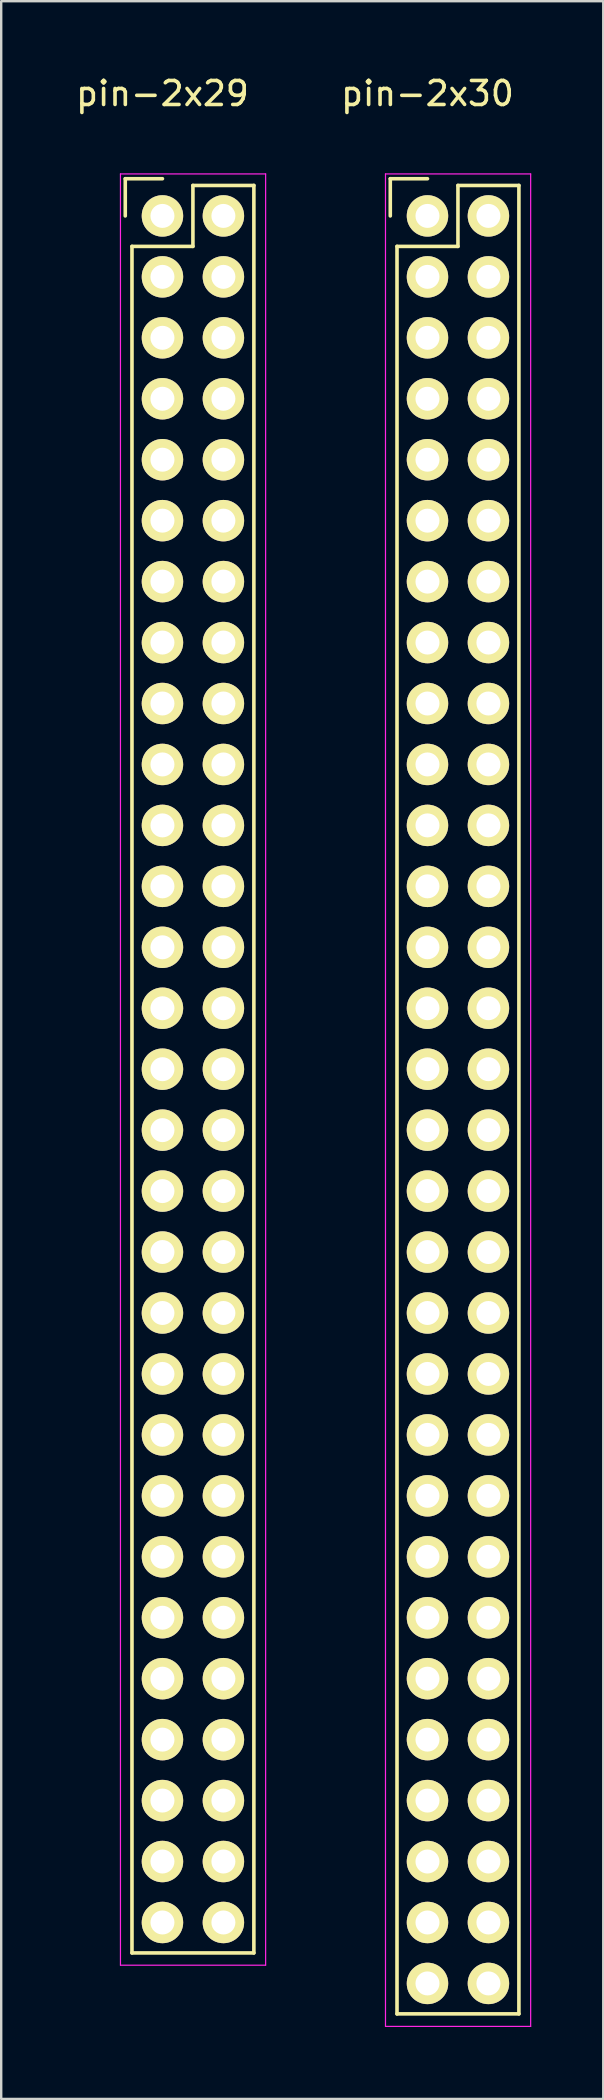
<source format=kicad_pcb>
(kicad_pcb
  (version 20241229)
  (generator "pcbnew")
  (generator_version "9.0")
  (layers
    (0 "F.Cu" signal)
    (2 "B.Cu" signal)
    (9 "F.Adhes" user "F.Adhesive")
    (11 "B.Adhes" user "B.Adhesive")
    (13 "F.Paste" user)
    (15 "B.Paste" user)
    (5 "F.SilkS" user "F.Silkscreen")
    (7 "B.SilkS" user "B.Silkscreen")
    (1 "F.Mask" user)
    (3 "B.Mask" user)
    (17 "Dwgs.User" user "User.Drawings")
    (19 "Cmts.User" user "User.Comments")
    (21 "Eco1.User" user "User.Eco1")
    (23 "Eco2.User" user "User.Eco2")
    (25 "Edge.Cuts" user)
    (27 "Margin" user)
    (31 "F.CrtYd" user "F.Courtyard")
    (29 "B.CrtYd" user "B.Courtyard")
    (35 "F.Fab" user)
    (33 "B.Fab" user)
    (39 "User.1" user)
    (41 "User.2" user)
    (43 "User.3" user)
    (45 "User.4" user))
  (footprint "pin-2x30"
    (layer "F.Cu")
    (at 14.765 5.948)
    (property "Reference" "pin-2x30" (at 0 -5.1 0) (layer "F.SilkS") (effects (font (size 1 1) (thickness 0.15))))
    (attr through_hole)
    (fp_line (start -1.55 -1.55) (end -1.55 0) (stroke (width 0.15) (type solid)) (layer "F.SilkS"))
    (fp_line (start -1.27 74.93) (end -1.27 1.27) (stroke (width 0.15) (type solid)) (layer "F.SilkS"))
    (fp_line (start 0 -1.55) (end -1.55 -1.55) (stroke (width 0.15) (type solid)) (layer "F.SilkS"))
    (fp_line (start 1.27 -1.27) (end 1.27 1.27) (stroke (width 0.15) (type solid)) (layer "F.SilkS"))
    (fp_line (start 1.27 1.27) (end -1.27 1.27) (stroke (width 0.15) (type solid)) (layer "F.SilkS"))
    (fp_line (start 3.81 -1.27) (end 1.27 -1.27) (stroke (width 0.15) (type solid)) (layer "F.SilkS"))
    (fp_line (start 3.81 -1.27) (end 3.81 74.93) (stroke (width 0.15) (type solid)) (layer "F.SilkS"))
    (fp_line (start 3.81 74.93) (end -1.27 74.93) (stroke (width 0.15) (type solid)) (layer "F.SilkS"))
    (fp_line (start -1.75 -1.75) (end -1.75 75.45) (stroke (width 0.05) (type solid)) (layer "F.CrtYd"))
    (fp_line (start -1.75 -1.75) (end 4.3 -1.75) (stroke (width 0.05) (type solid)) (layer "F.CrtYd"))
    (fp_line (start -1.75 75.45) (end 4.3 75.45) (stroke (width 0.05) (type solid)) (layer "F.CrtYd"))
    (fp_line (start 4.3 -1.75) (end 4.3 75.45) (stroke (width 0.05) (type solid)) (layer "F.CrtYd"))
    (pad "1" thru_hole oval (at 0 0) (size 1.727 1.727) (drill 1) (layers "*.Cu" "*.Mask" "F.SilkS"))
    (pad "2" thru_hole oval (at 2.54 0) (size 1.727 1.727) (drill 1) (layers "*.Cu" "*.Mask" "F.SilkS"))
    (pad "3" thru_hole oval (at 0 2.54) (size 1.727 1.727) (drill 1) (layers "*.Cu" "*.Mask" "F.SilkS"))
    (pad "4" thru_hole oval (at 2.54 2.54) (size 1.727 1.727) (drill 1) (layers "*.Cu" "*.Mask" "F.SilkS"))
    (pad "5" thru_hole oval (at 0 5.08) (size 1.727 1.727) (drill 1) (layers "*.Cu" "*.Mask" "F.SilkS"))
    (pad "6" thru_hole oval (at 2.54 5.08) (size 1.727 1.727) (drill 1) (layers "*.Cu" "*.Mask" "F.SilkS"))
    (pad "7" thru_hole oval (at 0 7.62) (size 1.727 1.727) (drill 1) (layers "*.Cu" "*.Mask" "F.SilkS"))
    (pad "8" thru_hole oval (at 2.54 7.62) (size 1.727 1.727) (drill 1) (layers "*.Cu" "*.Mask" "F.SilkS"))
    (pad "9" thru_hole oval (at 0 10.16) (size 1.727 1.727) (drill 1) (layers "*.Cu" "*.Mask" "F.SilkS"))
    (pad "10" thru_hole oval (at 2.54 10.16) (size 1.727 1.727) (drill 1) (layers "*.Cu" "*.Mask" "F.SilkS"))
    (pad "11" thru_hole oval (at 0 12.7) (size 1.727 1.727) (drill 1) (layers "*.Cu" "*.Mask" "F.SilkS"))
    (pad "12" thru_hole oval (at 2.54 12.7) (size 1.727 1.727) (drill 1) (layers "*.Cu" "*.Mask" "F.SilkS"))
    (pad "13" thru_hole oval (at 0 15.24) (size 1.727 1.727) (drill 1) (layers "*.Cu" "*.Mask" "F.SilkS"))
    (pad "14" thru_hole oval (at 2.54 15.24) (size 1.727 1.727) (drill 1) (layers "*.Cu" "*.Mask" "F.SilkS"))
    (pad "15" thru_hole oval (at 0 17.78) (size 1.727 1.727) (drill 1) (layers "*.Cu" "*.Mask" "F.SilkS"))
    (pad "16" thru_hole oval (at 2.54 17.78) (size 1.727 1.727) (drill 1) (layers "*.Cu" "*.Mask" "F.SilkS"))
    (pad "17" thru_hole oval (at 0 20.32) (size 1.727 1.727) (drill 1) (layers "*.Cu" "*.Mask" "F.SilkS"))
    (pad "18" thru_hole oval (at 2.54 20.32) (size 1.727 1.727) (drill 1) (layers "*.Cu" "*.Mask" "F.SilkS"))
    (pad "19" thru_hole oval (at 0 22.86) (size 1.727 1.727) (drill 1) (layers "*.Cu" "*.Mask" "F.SilkS"))
    (pad "20" thru_hole oval (at 2.54 22.86) (size 1.727 1.727) (drill 1) (layers "*.Cu" "*.Mask" "F.SilkS"))
    (pad "21" thru_hole oval (at 0 25.4) (size 1.727 1.727) (drill 1) (layers "*.Cu" "*.Mask" "F.SilkS"))
    (pad "22" thru_hole oval (at 2.54 25.4) (size 1.727 1.727) (drill 1) (layers "*.Cu" "*.Mask" "F.SilkS"))
    (pad "23" thru_hole oval (at 0 27.94) (size 1.727 1.727) (drill 1) (layers "*.Cu" "*.Mask" "F.SilkS"))
    (pad "24" thru_hole oval (at 2.54 27.94) (size 1.727 1.727) (drill 1) (layers "*.Cu" "*.Mask" "F.SilkS"))
    (pad "25" thru_hole oval (at 0 30.48) (size 1.727 1.727) (drill 1) (layers "*.Cu" "*.Mask" "F.SilkS"))
    (pad "26" thru_hole oval (at 2.54 30.48) (size 1.727 1.727) (drill 1) (layers "*.Cu" "*.Mask" "F.SilkS"))
    (pad "27" thru_hole oval (at 0 33.02) (size 1.727 1.727) (drill 1) (layers "*.Cu" "*.Mask" "F.SilkS"))
    (pad "28" thru_hole oval (at 2.54 33.02) (size 1.727 1.727) (drill 1) (layers "*.Cu" "*.Mask" "F.SilkS"))
    (pad "29" thru_hole oval (at 0 35.56) (size 1.727 1.727) (drill 1) (layers "*.Cu" "*.Mask" "F.SilkS"))
    (pad "30" thru_hole oval (at 2.54 35.56) (size 1.727 1.727) (drill 1) (layers "*.Cu" "*.Mask" "F.SilkS"))
    (pad "31" thru_hole oval (at 0 38.1) (size 1.727 1.727) (drill 1) (layers "*.Cu" "*.Mask" "F.SilkS"))
    (pad "32" thru_hole oval (at 2.54 38.1) (size 1.727 1.727) (drill 1) (layers "*.Cu" "*.Mask" "F.SilkS"))
    (pad "33" thru_hole oval (at 0 40.64) (size 1.727 1.727) (drill 1) (layers "*.Cu" "*.Mask" "F.SilkS"))
    (pad "34" thru_hole oval (at 2.54 40.64) (size 1.727 1.727) (drill 1) (layers "*.Cu" "*.Mask" "F.SilkS"))
    (pad "35" thru_hole oval (at 0 43.18) (size 1.727 1.727) (drill 1) (layers "*.Cu" "*.Mask" "F.SilkS"))
    (pad "36" thru_hole oval (at 2.54 43.18) (size 1.727 1.727) (drill 1) (layers "*.Cu" "*.Mask" "F.SilkS"))
    (pad "37" thru_hole oval (at 0 45.72) (size 1.727 1.727) (drill 1) (layers "*.Cu" "*.Mask" "F.SilkS"))
    (pad "38" thru_hole oval (at 2.54 45.72) (size 1.727 1.727) (drill 1) (layers "*.Cu" "*.Mask" "F.SilkS"))
    (pad "39" thru_hole oval (at 0 48.26) (size 1.727 1.727) (drill 1) (layers "*.Cu" "*.Mask" "F.SilkS"))
    (pad "40" thru_hole oval (at 2.54 48.26) (size 1.727 1.727) (drill 1) (layers "*.Cu" "*.Mask" "F.SilkS"))
    (pad "41" thru_hole oval (at 0 50.8) (size 1.727 1.727) (drill 1) (layers "*.Cu" "*.Mask" "F.SilkS"))
    (pad "42" thru_hole oval (at 2.54 50.8) (size 1.727 1.727) (drill 1) (layers "*.Cu" "*.Mask" "F.SilkS"))
    (pad "43" thru_hole oval (at 0 53.34) (size 1.727 1.727) (drill 1) (layers "*.Cu" "*.Mask" "F.SilkS"))
    (pad "44" thru_hole oval (at 2.54 53.34) (size 1.727 1.727) (drill 1) (layers "*.Cu" "*.Mask" "F.SilkS"))
    (pad "45" thru_hole oval (at 0 55.88) (size 1.727 1.727) (drill 1) (layers "*.Cu" "*.Mask" "F.SilkS"))
    (pad "46" thru_hole oval (at 2.54 55.88) (size 1.727 1.727) (drill 1) (layers "*.Cu" "*.Mask" "F.SilkS"))
    (pad "47" thru_hole oval (at 0 58.42) (size 1.727 1.727) (drill 1) (layers "*.Cu" "*.Mask" "F.SilkS"))
    (pad "48" thru_hole oval (at 2.54 58.42) (size 1.727 1.727) (drill 1) (layers "*.Cu" "*.Mask" "F.SilkS"))
    (pad "49" thru_hole oval (at 0 60.96) (size 1.727 1.727) (drill 1) (layers "*.Cu" "*.Mask" "F.SilkS"))
    (pad "50" thru_hole oval (at 2.54 60.96) (size 1.727 1.727) (drill 1) (layers "*.Cu" "*.Mask" "F.SilkS"))
    (pad "51" thru_hole oval (at 0 63.5) (size 1.727 1.727) (drill 1) (layers "*.Cu" "*.Mask" "F.SilkS"))
    (pad "52" thru_hole oval (at 2.54 63.5) (size 1.727 1.727) (drill 1) (layers "*.Cu" "*.Mask" "F.SilkS"))
    (pad "53" thru_hole oval (at 0 66.04) (size 1.727 1.727) (drill 1) (layers "*.Cu" "*.Mask" "F.SilkS"))
    (pad "54" thru_hole oval (at 2.54 66.04) (size 1.727 1.727) (drill 1) (layers "*.Cu" "*.Mask" "F.SilkS"))
    (pad "55" thru_hole oval (at 0 68.58) (size 1.727 1.727) (drill 1) (layers "*.Cu" "*.Mask" "F.SilkS"))
    (pad "56" thru_hole oval (at 2.54 68.58) (size 1.727 1.727) (drill 1) (layers "*.Cu" "*.Mask" "F.SilkS"))
    (pad "57" thru_hole oval (at 0 71.12) (size 1.727 1.727) (drill 1) (layers "*.Cu" "*.Mask" "F.SilkS"))
    (pad "58" thru_hole oval (at 2.54 71.12) (size 1.727 1.727) (drill 1) (layers "*.Cu" "*.Mask" "F.SilkS"))
    (pad "59" thru_hole oval (at 0 73.66) (size 1.727 1.727) (drill 1) (layers "*.Cu" "*.Mask" "F.SilkS"))
    (pad "60" thru_hole oval (at 2.54 73.66) (size 1.727 1.727) (drill 1) (layers "*.Cu" "*.Mask" "F.SilkS")))
  (footprint "pin-2x29"
    (layer "F.Cu")
    (at 3.72 5.948)
    (property "Reference" "pin-2x29" (at 0 -5.1 0) (layer "F.SilkS") (effects (font (size 1 1) (thickness 0.15))))
    (attr through_hole)
    (fp_line (start -1.55 -1.55) (end -1.55 0) (stroke (width 0.15) (type solid)) (layer "F.SilkS"))
    (fp_line (start -1.27 1.27) (end -1.27 72.39) (stroke (width 0.15) (type solid)) (layer "F.SilkS"))
    (fp_line (start 0 -1.55) (end -1.55 -1.55) (stroke (width 0.15) (type solid)) (layer "F.SilkS"))
    (fp_line (start 1.27 -1.27) (end 1.27 1.27) (stroke (width 0.15) (type solid)) (layer "F.SilkS"))
    (fp_line (start 1.27 1.27) (end -1.27 1.27) (stroke (width 0.15) (type solid)) (layer "F.SilkS"))
    (fp_line (start 3.81 -1.27) (end 1.27 -1.27) (stroke (width 0.15) (type solid)) (layer "F.SilkS"))
    (fp_line (start 3.81 72.39) (end -1.27 72.39) (stroke (width 0.15) (type solid)) (layer "F.SilkS"))
    (fp_line (start 3.81 72.39) (end 3.81 -1.27) (stroke (width 0.15) (type solid)) (layer "F.SilkS"))
    (fp_line (start -1.75 -1.75) (end -1.75 72.9) (stroke (width 0.05) (type solid)) (layer "F.CrtYd"))
    (fp_line (start -1.75 -1.75) (end 4.3 -1.75) (stroke (width 0.05) (type solid)) (layer "F.CrtYd"))
    (fp_line (start -1.75 72.9) (end 4.3 72.9) (stroke (width 0.05) (type solid)) (layer "F.CrtYd"))
    (fp_line (start 4.3 -1.75) (end 4.3 72.9) (stroke (width 0.05) (type solid)) (layer "F.CrtYd"))
    (pad "1" thru_hole oval (at 0 0) (size 1.727 1.727) (drill 1) (layers "*.Cu" "*.Mask" "F.SilkS"))
    (pad "2" thru_hole oval (at 2.54 0) (size 1.727 1.727) (drill 1) (layers "*.Cu" "*.Mask" "F.SilkS"))
    (pad "3" thru_hole oval (at 0 2.54) (size 1.727 1.727) (drill 1) (layers "*.Cu" "*.Mask" "F.SilkS"))
    (pad "4" thru_hole oval (at 2.54 2.54) (size 1.727 1.727) (drill 1) (layers "*.Cu" "*.Mask" "F.SilkS"))
    (pad "5" thru_hole oval (at 0 5.08) (size 1.727 1.727) (drill 1) (layers "*.Cu" "*.Mask" "F.SilkS"))
    (pad "6" thru_hole oval (at 2.54 5.08) (size 1.727 1.727) (drill 1) (layers "*.Cu" "*.Mask" "F.SilkS"))
    (pad "7" thru_hole oval (at 0 7.62) (size 1.727 1.727) (drill 1) (layers "*.Cu" "*.Mask" "F.SilkS"))
    (pad "8" thru_hole oval (at 2.54 7.62) (size 1.727 1.727) (drill 1) (layers "*.Cu" "*.Mask" "F.SilkS"))
    (pad "9" thru_hole oval (at 0 10.16) (size 1.727 1.727) (drill 1) (layers "*.Cu" "*.Mask" "F.SilkS"))
    (pad "10" thru_hole oval (at 2.54 10.16) (size 1.727 1.727) (drill 1) (layers "*.Cu" "*.Mask" "F.SilkS"))
    (pad "11" thru_hole oval (at 0 12.7) (size 1.727 1.727) (drill 1) (layers "*.Cu" "*.Mask" "F.SilkS"))
    (pad "12" thru_hole oval (at 2.54 12.7) (size 1.727 1.727) (drill 1) (layers "*.Cu" "*.Mask" "F.SilkS"))
    (pad "13" thru_hole oval (at 0 15.24) (size 1.727 1.727) (drill 1) (layers "*.Cu" "*.Mask" "F.SilkS"))
    (pad "14" thru_hole oval (at 2.54 15.24) (size 1.727 1.727) (drill 1) (layers "*.Cu" "*.Mask" "F.SilkS"))
    (pad "15" thru_hole oval (at 0 17.78) (size 1.727 1.727) (drill 1) (layers "*.Cu" "*.Mask" "F.SilkS"))
    (pad "16" thru_hole oval (at 2.54 17.78) (size 1.727 1.727) (drill 1) (layers "*.Cu" "*.Mask" "F.SilkS"))
    (pad "17" thru_hole oval (at 0 20.32) (size 1.727 1.727) (drill 1) (layers "*.Cu" "*.Mask" "F.SilkS"))
    (pad "18" thru_hole oval (at 2.54 20.32) (size 1.727 1.727) (drill 1) (layers "*.Cu" "*.Mask" "F.SilkS"))
    (pad "19" thru_hole oval (at 0 22.86) (size 1.727 1.727) (drill 1) (layers "*.Cu" "*.Mask" "F.SilkS"))
    (pad "20" thru_hole oval (at 2.54 22.86) (size 1.727 1.727) (drill 1) (layers "*.Cu" "*.Mask" "F.SilkS"))
    (pad "21" thru_hole oval (at 0 25.4) (size 1.727 1.727) (drill 1) (layers "*.Cu" "*.Mask" "F.SilkS"))
    (pad "22" thru_hole oval (at 2.54 25.4) (size 1.727 1.727) (drill 1) (layers "*.Cu" "*.Mask" "F.SilkS"))
    (pad "23" thru_hole oval (at 0 27.94) (size 1.727 1.727) (drill 1) (layers "*.Cu" "*.Mask" "F.SilkS"))
    (pad "24" thru_hole oval (at 2.54 27.94) (size 1.727 1.727) (drill 1) (layers "*.Cu" "*.Mask" "F.SilkS"))
    (pad "25" thru_hole oval (at 0 30.48) (size 1.727 1.727) (drill 1) (layers "*.Cu" "*.Mask" "F.SilkS"))
    (pad "26" thru_hole oval (at 2.54 30.48) (size 1.727 1.727) (drill 1) (layers "*.Cu" "*.Mask" "F.SilkS"))
    (pad "27" thru_hole oval (at 0 33.02) (size 1.727 1.727) (drill 1) (layers "*.Cu" "*.Mask" "F.SilkS"))
    (pad "28" thru_hole oval (at 2.54 33.02) (size 1.727 1.727) (drill 1) (layers "*.Cu" "*.Mask" "F.SilkS"))
    (pad "29" thru_hole oval (at 0 35.56) (size 1.727 1.727) (drill 1) (layers "*.Cu" "*.Mask" "F.SilkS"))
    (pad "30" thru_hole oval (at 2.54 35.56) (size 1.727 1.727) (drill 1) (layers "*.Cu" "*.Mask" "F.SilkS"))
    (pad "31" thru_hole oval (at 0 38.1) (size 1.727 1.727) (drill 1) (layers "*.Cu" "*.Mask" "F.SilkS"))
    (pad "32" thru_hole oval (at 2.54 38.1) (size 1.727 1.727) (drill 1) (layers "*.Cu" "*.Mask" "F.SilkS"))
    (pad "33" thru_hole oval (at 0 40.64) (size 1.727 1.727) (drill 1) (layers "*.Cu" "*.Mask" "F.SilkS"))
    (pad "34" thru_hole oval (at 2.54 40.64) (size 1.727 1.727) (drill 1) (layers "*.Cu" "*.Mask" "F.SilkS"))
    (pad "35" thru_hole oval (at 0 43.18) (size 1.727 1.727) (drill 1) (layers "*.Cu" "*.Mask" "F.SilkS"))
    (pad "36" thru_hole oval (at 2.54 43.18) (size 1.727 1.727) (drill 1) (layers "*.Cu" "*.Mask" "F.SilkS"))
    (pad "37" thru_hole oval (at 0 45.72) (size 1.727 1.727) (drill 1) (layers "*.Cu" "*.Mask" "F.SilkS"))
    (pad "38" thru_hole oval (at 2.54 45.72) (size 1.727 1.727) (drill 1) (layers "*.Cu" "*.Mask" "F.SilkS"))
    (pad "39" thru_hole oval (at 0 48.26) (size 1.727 1.727) (drill 1) (layers "*.Cu" "*.Mask" "F.SilkS"))
    (pad "40" thru_hole oval (at 2.54 48.26) (size 1.727 1.727) (drill 1) (layers "*.Cu" "*.Mask" "F.SilkS"))
    (pad "41" thru_hole oval (at 0 50.8) (size 1.727 1.727) (drill 1) (layers "*.Cu" "*.Mask" "F.SilkS"))
    (pad "42" thru_hole oval (at 2.54 50.8) (size 1.727 1.727) (drill 1) (layers "*.Cu" "*.Mask" "F.SilkS"))
    (pad "43" thru_hole oval (at 0 53.34) (size 1.727 1.727) (drill 1) (layers "*.Cu" "*.Mask" "F.SilkS"))
    (pad "44" thru_hole oval (at 2.54 53.34) (size 1.727 1.727) (drill 1) (layers "*.Cu" "*.Mask" "F.SilkS"))
    (pad "45" thru_hole oval (at 0 55.88) (size 1.727 1.727) (drill 1) (layers "*.Cu" "*.Mask" "F.SilkS"))
    (pad "46" thru_hole oval (at 2.54 55.88) (size 1.727 1.727) (drill 1) (layers "*.Cu" "*.Mask" "F.SilkS"))
    (pad "47" thru_hole oval (at 0 58.42) (size 1.727 1.727) (drill 1) (layers "*.Cu" "*.Mask" "F.SilkS"))
    (pad "48" thru_hole oval (at 2.54 58.42) (size 1.727 1.727) (drill 1) (layers "*.Cu" "*.Mask" "F.SilkS"))
    (pad "49" thru_hole oval (at 0 60.96) (size 1.727 1.727) (drill 1) (layers "*.Cu" "*.Mask" "F.SilkS"))
    (pad "50" thru_hole oval (at 2.54 60.96) (size 1.727 1.727) (drill 1) (layers "*.Cu" "*.Mask" "F.SilkS"))
    (pad "51" thru_hole oval (at 0 63.5) (size 1.727 1.727) (drill 1) (layers "*.Cu" "*.Mask" "F.SilkS"))
    (pad "52" thru_hole oval (at 2.54 63.5) (size 1.727 1.727) (drill 1) (layers "*.Cu" "*.Mask" "F.SilkS"))
    (pad "53" thru_hole oval (at 0 66.04) (size 1.727 1.727) (drill 1) (layers "*.Cu" "*.Mask" "F.SilkS"))
    (pad "54" thru_hole oval (at 2.54 66.04) (size 1.727 1.727) (drill 1) (layers "*.Cu" "*.Mask" "F.SilkS"))
    (pad "55" thru_hole oval (at 0 68.58) (size 1.727 1.727) (drill 1) (layers "*.Cu" "*.Mask" "F.SilkS"))
    (pad "56" thru_hole oval (at 2.54 68.58) (size 1.727 1.727) (drill 1) (layers "*.Cu" "*.Mask" "F.SilkS"))
    (pad "57" thru_hole oval (at 0 71.12) (size 1.727 1.727) (drill 1) (layers "*.Cu" "*.Mask" "F.SilkS"))
    (pad "58" thru_hole oval (at 2.54 71.12) (size 1.727 1.727) (drill 1) (layers "*.Cu" "*.Mask" "F.SilkS")))
  (gr_rect
    (start -3 -3)
    (end 22.09 84.423)
    (stroke (width 0.1) (type default))
    (fill no)
    (layer "Edge.Cuts")))
</source>
